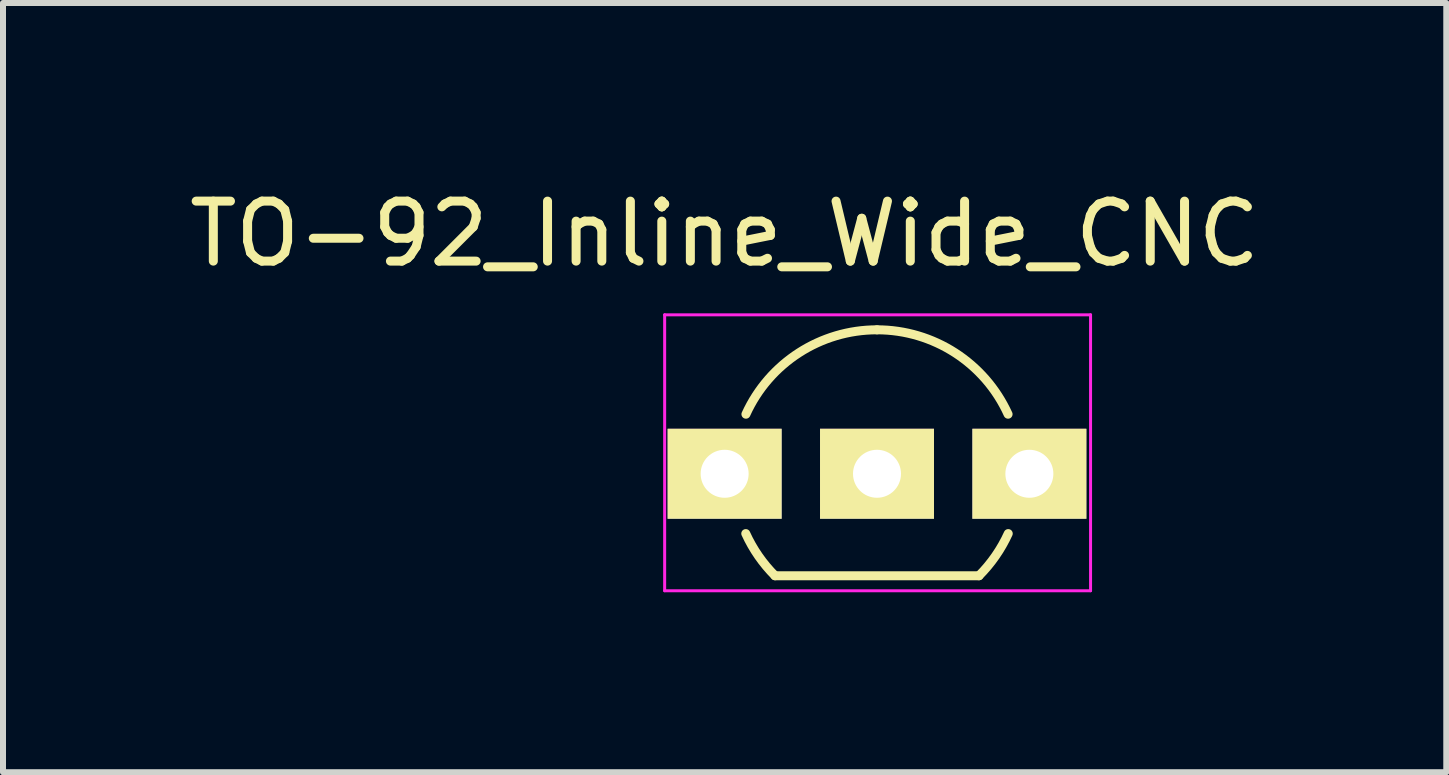
<source format=kicad_pcb>
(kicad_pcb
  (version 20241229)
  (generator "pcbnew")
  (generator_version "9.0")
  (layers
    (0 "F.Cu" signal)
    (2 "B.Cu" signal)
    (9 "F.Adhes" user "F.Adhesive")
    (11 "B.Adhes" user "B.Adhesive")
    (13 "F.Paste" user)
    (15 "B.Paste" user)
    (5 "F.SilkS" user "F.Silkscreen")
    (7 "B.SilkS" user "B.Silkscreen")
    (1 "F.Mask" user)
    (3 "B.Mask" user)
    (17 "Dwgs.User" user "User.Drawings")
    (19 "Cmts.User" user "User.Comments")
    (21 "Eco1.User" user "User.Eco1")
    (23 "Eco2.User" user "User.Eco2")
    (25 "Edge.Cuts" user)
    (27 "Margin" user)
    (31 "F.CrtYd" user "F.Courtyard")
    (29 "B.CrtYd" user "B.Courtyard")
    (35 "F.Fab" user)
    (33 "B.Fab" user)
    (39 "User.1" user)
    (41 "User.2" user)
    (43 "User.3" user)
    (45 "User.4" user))
  (footprint "TO-92_Inline_Wide_CNC"
    (layer "F.Cu")
    (at 9.03 4.848)
    (property "Reference" "TO-92_Inline_Wide_CNC" (at 0 -4 180) (layer "F.SilkS") (effects (font (size 1 1) (thickness 0.15))))
    (attr through_hole)
    (fp_line (start 0.84 1.7) (end 4.24 1.7) (stroke (width 0.15) (type solid)) (layer "F.SilkS"))
    (fp_arc (start 0.355121 -0.993127) (mid 1.240675 -2.017858) (end 2.54 -2.4) (stroke (width 0.15) (type solid)) (layer "F.SilkS"))
    (fp_arc (start 0.84 1.7) (mid 0.564627 1.370365) (end 0.352305 0.99699) (stroke (width 0.15) (type solid)) (layer "F.SilkS"))
    (fp_arc (start 2.54 -2.4) (mid 3.839326 -2.017858) (end 4.724879 -0.993127) (stroke (width 0.15) (type solid)) (layer "F.SilkS"))
    (fp_arc (start 4.727695 0.99699) (mid 4.515373 1.370365) (end 4.24 1.7) (stroke (width 0.15) (type solid)) (layer "F.SilkS"))
    (fp_line (start -1 -2.65) (end 6.1 -2.65) (stroke (width 0.05) (type solid)) (layer "F.CrtYd"))
    (fp_line (start -1 1.95) (end -1 -2.65) (stroke (width 0.05) (type solid)) (layer "F.CrtYd"))
    (fp_line (start -1 1.95) (end 6.1 1.95) (stroke (width 0.05) (type solid)) (layer "F.CrtYd"))
    (fp_line (start 6.1 1.95) (end 6.1 -2.65) (stroke (width 0.05) (type solid)) (layer "F.CrtYd"))
    (pad "1" thru_hole rect (at 0 0 90) (size 1.5 1.9) (drill 0.8) (layers "*.Cu" "*.Mask" "F.SilkS"))
    (pad "2" thru_hole rect (at 2.54 0 90) (size 1.5 1.9) (drill 0.8) (layers "*.Cu" "*.Mask" "F.SilkS"))
    (pad "3" thru_hole rect (at 5.08 0 90) (size 1.5 1.9) (drill 0.8) (layers "*.Cu" "*.Mask" "F.SilkS")))
  (gr_rect
    (start -3 -3)
    (end 21.06 9.823)
    (stroke (width 0.1) (type default))
    (fill no)
    (layer "Edge.Cuts")))
</source>
